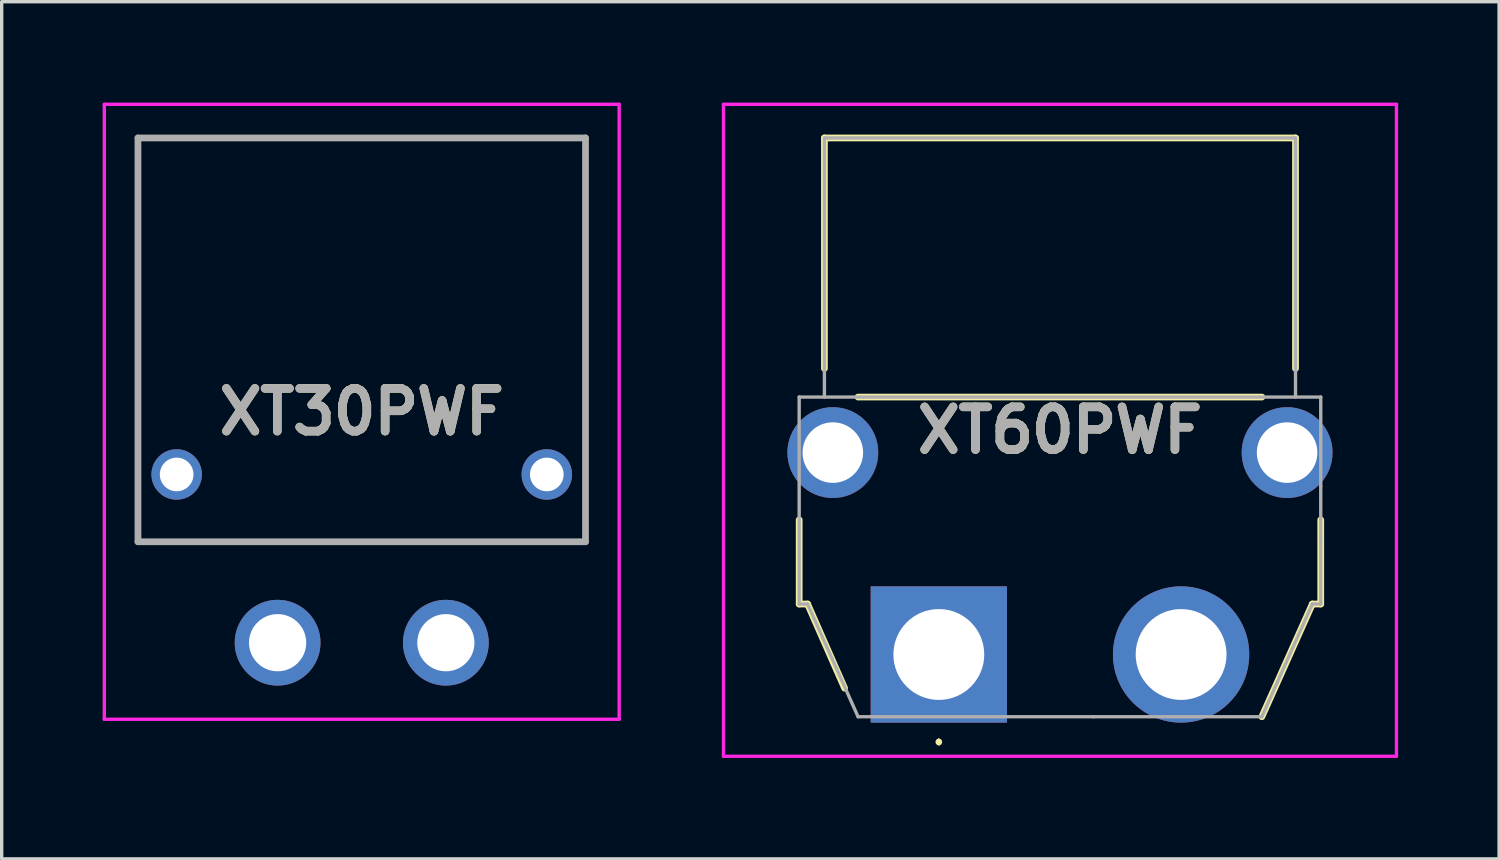
<source format=kicad_pcb>
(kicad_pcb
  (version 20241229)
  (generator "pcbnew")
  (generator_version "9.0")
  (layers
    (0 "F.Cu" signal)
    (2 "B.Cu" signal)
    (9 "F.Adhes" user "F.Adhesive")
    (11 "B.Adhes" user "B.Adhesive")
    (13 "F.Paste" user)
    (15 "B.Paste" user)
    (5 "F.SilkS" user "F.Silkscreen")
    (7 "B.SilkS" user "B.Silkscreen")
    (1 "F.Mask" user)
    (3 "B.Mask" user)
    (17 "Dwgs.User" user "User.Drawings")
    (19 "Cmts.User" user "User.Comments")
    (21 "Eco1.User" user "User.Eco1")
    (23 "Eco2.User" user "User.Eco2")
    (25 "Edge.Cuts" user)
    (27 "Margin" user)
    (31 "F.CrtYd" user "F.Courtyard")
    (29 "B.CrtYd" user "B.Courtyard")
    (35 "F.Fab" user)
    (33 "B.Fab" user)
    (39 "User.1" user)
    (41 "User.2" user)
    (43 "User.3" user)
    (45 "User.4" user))
  (footprint "XT60PWF"
    (layer "F.Cu")
    (at 24.85 16.4)
    (property "Reference" "XT60PWF" (at 3.6 -6.663 0) (layer "F.SilkS") (effects (font (size 1.27 1.27) (thickness 0.254))))
    (attr through_hole)
    (fp_line (start -4.15 -4) (end -4.15 -1.5) (stroke (width 0.2) (type solid)) (layer "F.SilkS"))
    (fp_line (start -4.15 -1.5) (end -3.9 -1.5) (stroke (width 0.2) (type solid)) (layer "F.SilkS"))
    (fp_line (start -3.9 -1.5) (end -2.8 1) (stroke (width 0.2) (type solid)) (layer "F.SilkS"))
    (fp_line (start -3.4 -15.35) (end -3.4 -8.5) (stroke (width 0.2) (type solid)) (layer "F.SilkS"))
    (fp_line (start 0 2.55) (end 0 2.55) (stroke (width 0.1) (type solid)) (layer "F.SilkS"))
    (fp_line (start 0 2.65) (end 0 2.65) (stroke (width 0.1) (type solid)) (layer "F.SilkS"))
    (fp_line (start 9.6 -7.65) (end -2.4 -7.65) (stroke (width 0.2) (type solid)) (layer "F.SilkS"))
    (fp_line (start 10.6 -15.35) (end -3.4 -15.35) (stroke (width 0.2) (type solid)) (layer "F.SilkS"))
    (fp_line (start 10.6 -8.5) (end 10.6 -15.35) (stroke (width 0.2) (type solid)) (layer "F.SilkS"))
    (fp_line (start 11.1 -1.5) (end 9.6 1.85) (stroke (width 0.2) (type solid)) (layer "F.SilkS"))
    (fp_line (start 11.35 -4) (end 11.35 -1.5) (stroke (width 0.2) (type solid)) (layer "F.SilkS"))
    (fp_line (start 11.35 -1.5) (end 11.1 -1.5) (stroke (width 0.2) (type solid)) (layer "F.SilkS"))
    (fp_arc (start 0 2.55) (mid 0.05 2.6) (end 0 2.65) (stroke (width 0.1) (type solid)) (layer "F.SilkS"))
    (fp_arc (start 0 2.65) (mid -0.05 2.6) (end 0 2.55) (stroke (width 0.1) (type solid)) (layer "F.SilkS"))
    (fp_line (start -6.4 -16.35) (end -6.4 3.025) (stroke (width 0.1) (type solid)) (layer "F.CrtYd"))
    (fp_line (start -6.4 3.025) (end 13.6 3.025) (stroke (width 0.1) (type solid)) (layer "F.CrtYd"))
    (fp_line (start 13.6 -16.35) (end -6.4 -16.35) (stroke (width 0.1) (type solid)) (layer "F.CrtYd"))
    (fp_line (start 13.6 3.025) (end 13.6 -16.35) (stroke (width 0.1) (type solid)) (layer "F.CrtYd"))
    (fp_line (start -4.15 -7.65) (end -4.15 -1.5) (stroke (width 0.1) (type solid)) (layer "F.Fab"))
    (fp_line (start -4.15 -1.5) (end -3.9 -1.5) (stroke (width 0.1) (type solid)) (layer "F.Fab"))
    (fp_line (start -3.9 -1.5) (end -2.4 1.85) (stroke (width 0.1) (type solid)) (layer "F.Fab"))
    (fp_line (start -3.4 -15.35) (end -3.4 -7.65) (stroke (width 0.1) (type solid)) (layer "F.Fab"))
    (fp_line (start -2.4 1.85) (end 4.6 1.85) (stroke (width 0.1) (type solid)) (layer "F.Fab"))
    (fp_line (start 4.6 1.85) (end 9.6 1.85) (stroke (width 0.1) (type solid)) (layer "F.Fab"))
    (fp_line (start 9.6 1.85) (end 11.1 -1.5) (stroke (width 0.1) (type solid)) (layer "F.Fab"))
    (fp_line (start 10.6 -15.35) (end -3.4 -15.35) (stroke (width 0.1) (type solid)) (layer "F.Fab"))
    (fp_line (start 10.6 -7.65) (end 10.6 -15.35) (stroke (width 0.1) (type solid)) (layer "F.Fab"))
    (fp_line (start 11.1 -1.5) (end 11.35 -1.5) (stroke (width 0.1) (type solid)) (layer "F.Fab"))
    (fp_line (start 11.35 -7.65) (end -4.15 -7.65) (stroke (width 0.1) (type solid)) (layer "F.Fab"))
    (fp_line (start 11.35 -5) (end 11.35 -7.65) (stroke (width 0.1) (type solid)) (layer "F.Fab"))
    (fp_line (start 11.35 -3.5) (end 11.35 -5) (stroke (width 0.1) (type solid)) (layer "F.Fab"))
    (fp_line (start 11.35 -1.5) (end 11.35 -3.5) (stroke (width 0.1) (type solid)) (layer "F.Fab"))
    (fp_text user "${REFERENCE}" (at 3.6 -6.663 0) (layer "F.Fab") (effects (font (size 1.27 1.27) (thickness 0.254))))
    (pad "1" thru_hole rect (at 0 0) (size 4.05 4.05) (drill 2.7) (layers "*.Cu" "*.Mask"))
    (pad "2" thru_hole circle (at 7.2 0) (size 4.05 4.05) (drill 2.7) (layers "*.Cu" "*.Mask"))
    (pad "3" thru_hole circle (at -3.15 -6) (size 2.7 2.7) (drill 1.8) (layers "*.Cu" "*.Mask"))
    (pad "4" thru_hole circle (at 10.35 -6) (size 2.7 2.7) (drill 1.8) (layers "*.Cu" "*.Mask")))
  (footprint "XT30PWF"
    (layer "F.Cu")
    (at 5.2 16.05)
    (property "Reference" "XT30PWF" (at 2.5 -6.862 0) (layer "F.SilkS") (effects (font (size 1.27 1.27) (thickness 0.254))))
    (attr through_hole)
    (fp_line (start -4.15 -15) (end 9.15 -15) (stroke (width 0.1) (type solid)) (layer "F.SilkS"))
    (fp_line (start -4.15 -3) (end -4.15 -15) (stroke (width 0.1) (type solid)) (layer "F.SilkS"))
    (fp_line (start 9.15 -15) (end 9.15 -3) (stroke (width 0.1) (type solid)) (layer "F.SilkS"))
    (fp_line (start 9.15 -3) (end -4.15 -3) (stroke (width 0.1) (type solid)) (layer "F.SilkS"))
    (fp_line (start -5.15 -16) (end 10.15 -16) (stroke (width 0.1) (type solid)) (layer "F.CrtYd"))
    (fp_line (start -5.15 2.275) (end -5.15 -16) (stroke (width 0.1) (type solid)) (layer "F.CrtYd"))
    (fp_line (start 10.15 -16) (end 10.15 2.275) (stroke (width 0.1) (type solid)) (layer "F.CrtYd"))
    (fp_line (start 10.15 2.275) (end -5.15 2.275) (stroke (width 0.1) (type solid)) (layer "F.CrtYd"))
    (fp_line (start -4.15 -15) (end 9.15 -15) (stroke (width 0.2) (type solid)) (layer "F.Fab"))
    (fp_line (start -4.15 -3) (end -4.15 -15) (stroke (width 0.2) (type solid)) (layer "F.Fab"))
    (fp_line (start 9.15 -15) (end 9.15 -3) (stroke (width 0.2) (type solid)) (layer "F.Fab"))
    (fp_line (start 9.15 -3) (end -4.15 -3) (stroke (width 0.2) (type solid)) (layer "F.Fab"))
    (fp_text user "${REFERENCE}" (at 2.5 -6.862 0) (layer "F.Fab") (effects (font (size 1.27 1.27) (thickness 0.254))))
    (pad "1" thru_hole circle (at 0 0) (size 2.55 2.55) (drill 1.7) (layers "*.Cu" "*.Mask"))
    (pad "2" thru_hole circle (at 5 0) (size 2.55 2.55) (drill 1.7) (layers "*.Cu" "*.Mask"))
    (pad "3" thru_hole circle (at -3 -5) (size 1.5 1.5) (drill 1) (layers "*.Cu" "*.Mask"))
    (pad "4" thru_hole circle (at 8 -5) (size 1.5 1.5) (drill 1) (layers "*.Cu" "*.Mask")))
  (gr_rect
    (start -3 -3)
    (end 41.5 22.475)
    (stroke (width 0.1) (type default))
    (fill no)
    (layer "Edge.Cuts")))
</source>
